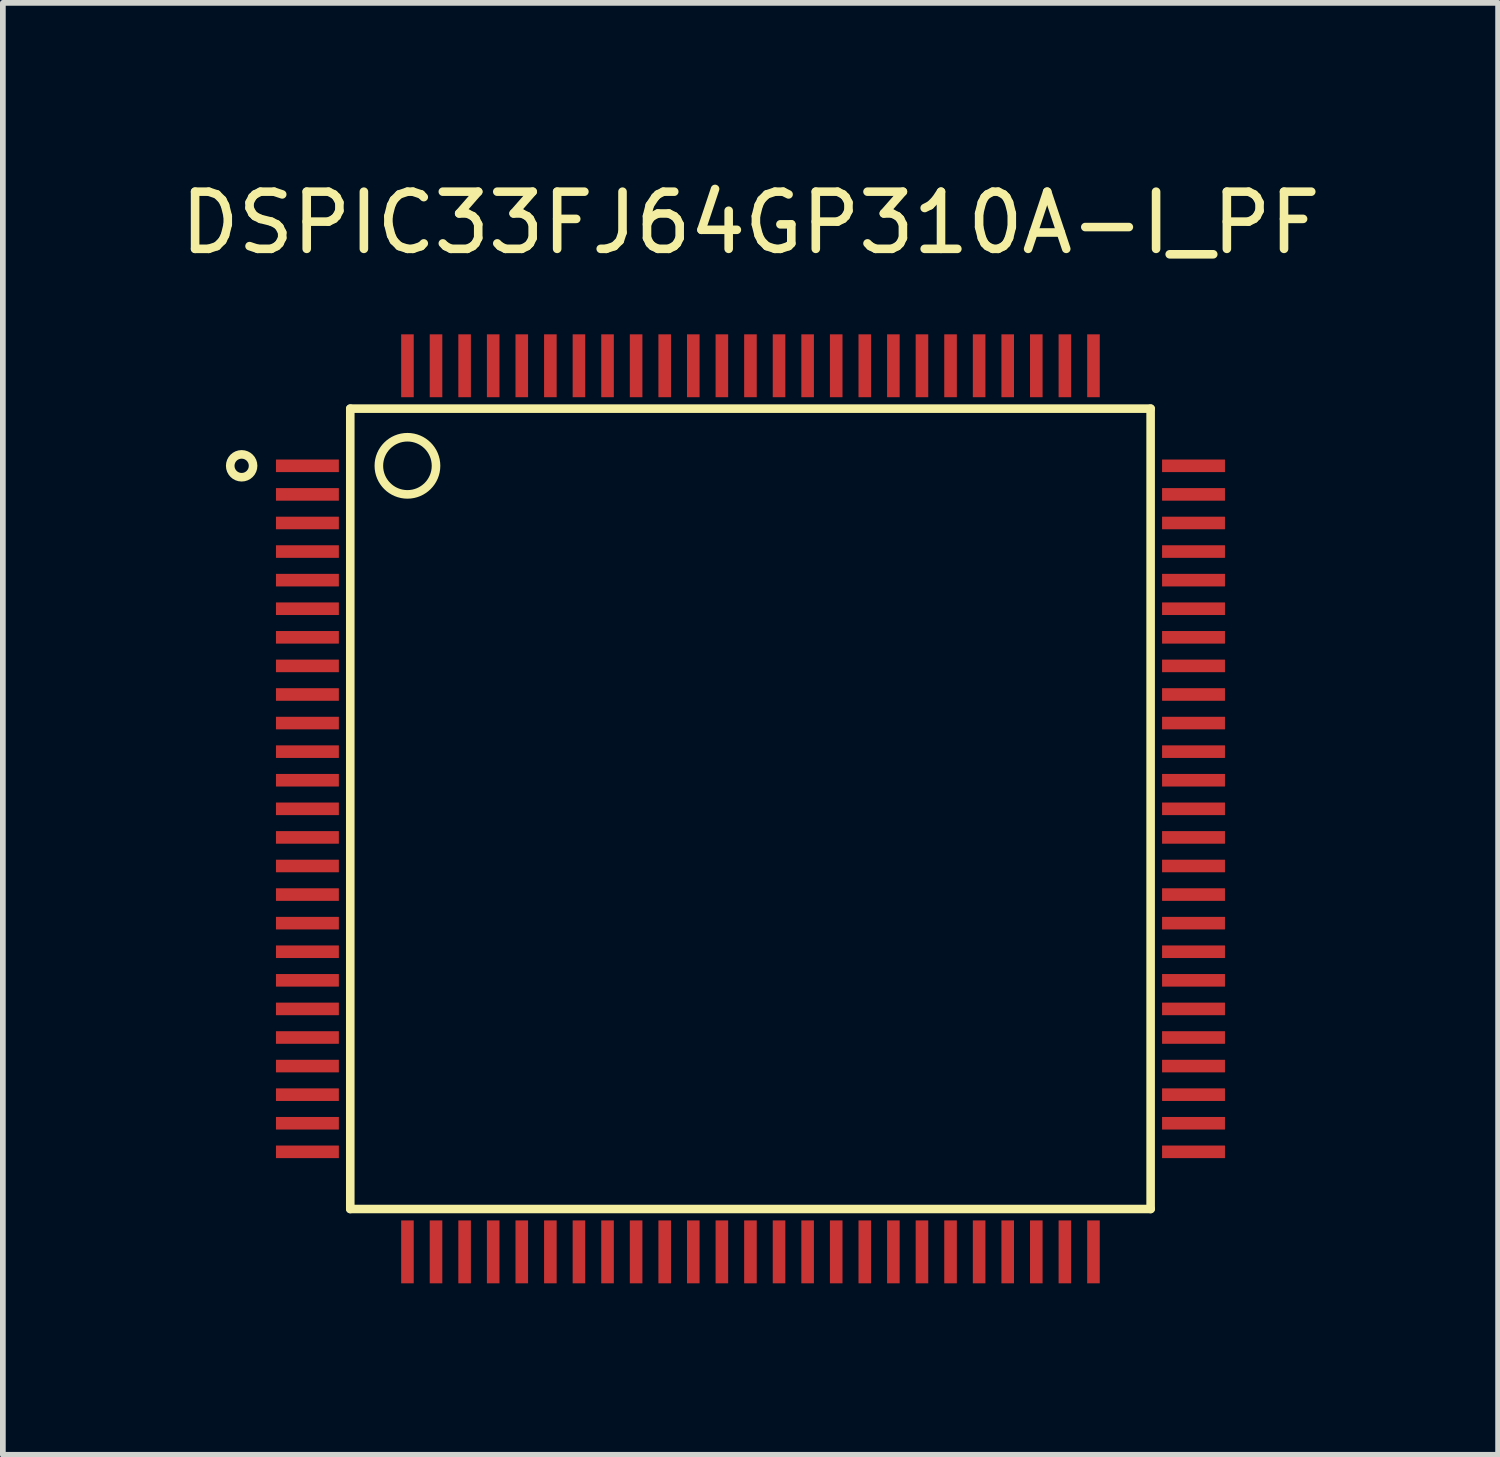
<source format=kicad_pcb>
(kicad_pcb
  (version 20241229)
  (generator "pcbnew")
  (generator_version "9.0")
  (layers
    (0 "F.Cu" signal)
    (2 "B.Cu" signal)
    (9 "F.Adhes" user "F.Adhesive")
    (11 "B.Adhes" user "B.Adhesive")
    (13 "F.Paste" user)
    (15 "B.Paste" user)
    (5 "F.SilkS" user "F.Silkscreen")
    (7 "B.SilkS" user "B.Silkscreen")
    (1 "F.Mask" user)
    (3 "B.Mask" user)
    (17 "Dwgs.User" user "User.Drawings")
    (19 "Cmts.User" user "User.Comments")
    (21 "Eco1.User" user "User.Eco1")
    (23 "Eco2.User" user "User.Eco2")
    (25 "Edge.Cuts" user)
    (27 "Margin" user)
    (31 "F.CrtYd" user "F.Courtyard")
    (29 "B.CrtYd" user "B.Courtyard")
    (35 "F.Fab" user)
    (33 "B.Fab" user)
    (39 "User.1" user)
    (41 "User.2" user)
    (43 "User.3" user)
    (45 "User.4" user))
  (footprint "DSPIC33FJ64GP310A-I_PF"
    (layer "F.Cu")
    (at 2.327 3.348)
    (property "Reference" "DSPIC33FJ64GP310A-I_PF" (at 7.75 -2.5 0) (layer "F.SilkS") (effects (font (size 1 1) (thickness 0.15))))
    (attr through_hole)
    (fp_line (start 0.75 0.75) (end 0.75 14.75) (stroke (width 0.15) (type solid)) (layer "F.SilkS"))
    (fp_line (start 0.75 0.75) (end 14.75 0.75) (stroke (width 0.15) (type solid)) (layer "F.SilkS"))
    (fp_line (start 0.75 14.75) (end 14.75 14.75) (stroke (width 0.15) (type solid)) (layer "F.SilkS"))
    (fp_line (start 14.75 14.75) (end 14.75 0.75) (stroke (width 0.15) (type solid)) (layer "F.SilkS"))
    (fp_circle (center -1.15 1.75) (end -1.15 1.55) (stroke (width 0.15) (type solid)) (fill no) (layer "F.SilkS"))
    (fp_circle (center 1.75 1.75) (end 1.75 1.25) (stroke (width 0.15) (type solid)) (fill no) (layer "F.SilkS"))
    (pad "1" smd rect (at 0 1.75) (size 1.1 0.22) (layers "F.Cu" "F.Mask" "F.Paste"))
    (pad "2" smd rect (at 0 2.25) (size 1.1 0.22) (layers "F.Cu" "F.Mask" "F.Paste"))
    (pad "3" smd rect (at 0 2.75) (size 1.1 0.22) (layers "F.Cu" "F.Mask" "F.Paste"))
    (pad "4" smd rect (at 0 3.25) (size 1.1 0.22) (layers "F.Cu" "F.Mask" "F.Paste"))
    (pad "5" smd rect (at 0 3.75) (size 1.1 0.22) (layers "F.Cu" "F.Mask" "F.Paste"))
    (pad "6" smd rect (at 0 4.25) (size 1.1 0.22) (layers "F.Cu" "F.Mask" "F.Paste"))
    (pad "7" smd rect (at 0 4.75) (size 1.1 0.22) (layers "F.Cu" "F.Mask" "F.Paste"))
    (pad "8" smd rect (at 0 5.25) (size 1.1 0.22) (layers "F.Cu" "F.Mask" "F.Paste"))
    (pad "9" smd rect (at 0 5.75) (size 1.1 0.22) (layers "F.Cu" "F.Mask" "F.Paste"))
    (pad "10" smd rect (at 0 6.25) (size 1.1 0.22) (layers "F.Cu" "F.Mask" "F.Paste"))
    (pad "11" smd rect (at 0 6.75) (size 1.1 0.22) (layers "F.Cu" "F.Mask" "F.Paste"))
    (pad "12" smd rect (at 0 7.25) (size 1.1 0.22) (layers "F.Cu" "F.Mask" "F.Paste"))
    (pad "13" smd rect (at 0 7.75) (size 1.1 0.22) (layers "F.Cu" "F.Mask" "F.Paste"))
    (pad "14" smd rect (at 0 8.25) (size 1.1 0.22) (layers "F.Cu" "F.Mask" "F.Paste"))
    (pad "15" smd rect (at 0 8.75) (size 1.1 0.22) (layers "F.Cu" "F.Mask" "F.Paste"))
    (pad "16" smd rect (at 0 9.25) (size 1.1 0.22) (layers "F.Cu" "F.Mask" "F.Paste"))
    (pad "17" smd rect (at 0 9.75) (size 1.1 0.22) (layers "F.Cu" "F.Mask" "F.Paste"))
    (pad "18" smd rect (at 0 10.25) (size 1.1 0.22) (layers "F.Cu" "F.Mask" "F.Paste"))
    (pad "19" smd rect (at 0 10.75) (size 1.1 0.22) (layers "F.Cu" "F.Mask" "F.Paste"))
    (pad "20" smd rect (at 0 11.25) (size 1.1 0.22) (layers "F.Cu" "F.Mask" "F.Paste"))
    (pad "21" smd rect (at 0 11.75) (size 1.1 0.22) (layers "F.Cu" "F.Mask" "F.Paste"))
    (pad "22" smd rect (at 0 12.25) (size 1.1 0.22) (layers "F.Cu" "F.Mask" "F.Paste"))
    (pad "23" smd rect (at 0 12.75) (size 1.1 0.22) (layers "F.Cu" "F.Mask" "F.Paste"))
    (pad "24" smd rect (at 0 13.25) (size 1.1 0.22) (layers "F.Cu" "F.Mask" "F.Paste"))
    (pad "25" smd rect (at 0 13.75) (size 1.1 0.22) (layers "F.Cu" "F.Mask" "F.Paste"))
    (pad "26" smd rect (at 1.75 15.5) (size 0.22 1.1) (layers "F.Cu" "F.Mask" "F.Paste"))
    (pad "27" smd rect (at 2.25 15.5) (size 0.22 1.1) (layers "F.Cu" "F.Mask" "F.Paste"))
    (pad "28" smd rect (at 2.75 15.5) (size 0.22 1.1) (layers "F.Cu" "F.Mask" "F.Paste"))
    (pad "29" smd rect (at 3.25 15.5) (size 0.22 1.1) (layers "F.Cu" "F.Mask" "F.Paste"))
    (pad "30" smd rect (at 3.75 15.5) (size 0.22 1.1) (layers "F.Cu" "F.Mask" "F.Paste"))
    (pad "31" smd rect (at 4.25 15.5) (size 0.22 1.1) (layers "F.Cu" "F.Mask" "F.Paste"))
    (pad "32" smd rect (at 4.75 15.5) (size 0.22 1.1) (layers "F.Cu" "F.Mask" "F.Paste"))
    (pad "33" smd rect (at 5.25 15.5) (size 0.22 1.1) (layers "F.Cu" "F.Mask" "F.Paste"))
    (pad "34" smd rect (at 5.75 15.5) (size 0.22 1.1) (layers "F.Cu" "F.Mask" "F.Paste"))
    (pad "35" smd rect (at 6.25 15.5) (size 0.22 1.1) (layers "F.Cu" "F.Mask" "F.Paste"))
    (pad "36" smd rect (at 6.75 15.5) (size 0.22 1.1) (layers "F.Cu" "F.Mask" "F.Paste"))
    (pad "37" smd rect (at 7.25 15.5) (size 0.22 1.1) (layers "F.Cu" "F.Mask" "F.Paste"))
    (pad "38" smd rect (at 7.75 15.5) (size 0.22 1.1) (layers "F.Cu" "F.Mask" "F.Paste"))
    (pad "39" smd rect (at 8.25 15.5) (size 0.22 1.1) (layers "F.Cu" "F.Mask" "F.Paste"))
    (pad "40" smd rect (at 8.75 15.5) (size 0.22 1.1) (layers "F.Cu" "F.Mask" "F.Paste"))
    (pad "41" smd rect (at 9.25 15.5) (size 0.22 1.1) (layers "F.Cu" "F.Mask" "F.Paste"))
    (pad "42" smd rect (at 9.75 15.5) (size 0.22 1.1) (layers "F.Cu" "F.Mask" "F.Paste"))
    (pad "43" smd rect (at 10.25 15.5) (size 0.22 1.1) (layers "F.Cu" "F.Mask" "F.Paste"))
    (pad "44" smd rect (at 10.75 15.5) (size 0.22 1.1) (layers "F.Cu" "F.Mask" "F.Paste"))
    (pad "45" smd rect (at 11.25 15.5) (size 0.22 1.1) (layers "F.Cu" "F.Mask" "F.Paste"))
    (pad "46" smd rect (at 11.75 15.5) (size 0.22 1.1) (layers "F.Cu" "F.Mask" "F.Paste"))
    (pad "47" smd rect (at 12.25 15.5) (size 0.22 1.1) (layers "F.Cu" "F.Mask" "F.Paste"))
    (pad "48" smd rect (at 12.75 15.5) (size 0.22 1.1) (layers "F.Cu" "F.Mask" "F.Paste"))
    (pad "49" smd rect (at 13.25 15.5) (size 0.22 1.1) (layers "F.Cu" "F.Mask" "F.Paste"))
    (pad "50" smd rect (at 13.75 15.5) (size 0.22 1.1) (layers "F.Cu" "F.Mask" "F.Paste"))
    (pad "51" smd rect (at 15.5 13.75) (size 1.1 0.22) (layers "F.Cu" "F.Mask" "F.Paste"))
    (pad "52" smd rect (at 15.5 13.25) (size 1.1 0.22) (layers "F.Cu" "F.Mask" "F.Paste"))
    (pad "53" smd rect (at 15.5 12.75) (size 1.1 0.22) (layers "F.Cu" "F.Mask" "F.Paste"))
    (pad "54" smd rect (at 15.5 12.25) (size 1.1 0.22) (layers "F.Cu" "F.Mask" "F.Paste"))
    (pad "55" smd rect (at 15.5 11.75) (size 1.1 0.22) (layers "F.Cu" "F.Mask" "F.Paste"))
    (pad "56" smd rect (at 15.5 11.25) (size 1.1 0.22) (layers "F.Cu" "F.Mask" "F.Paste"))
    (pad "57" smd rect (at 15.5 10.75) (size 1.1 0.22) (layers "F.Cu" "F.Mask" "F.Paste"))
    (pad "58" smd rect (at 15.5 10.25) (size 1.1 0.22) (layers "F.Cu" "F.Mask" "F.Paste"))
    (pad "59" smd rect (at 15.5 9.75) (size 1.1 0.22) (layers "F.Cu" "F.Mask" "F.Paste"))
    (pad "60" smd rect (at 15.5 9.25) (size 1.1 0.22) (layers "F.Cu" "F.Mask" "F.Paste"))
    (pad "61" smd rect (at 15.5 8.75) (size 1.1 0.22) (layers "F.Cu" "F.Mask" "F.Paste"))
    (pad "62" smd rect (at 15.5 8.25) (size 1.1 0.22) (layers "F.Cu" "F.Mask" "F.Paste"))
    (pad "63" smd rect (at 15.5 7.75) (size 1.1 0.22) (layers "F.Cu" "F.Mask" "F.Paste"))
    (pad "64" smd rect (at 15.5 7.25) (size 1.1 0.22) (layers "F.Cu" "F.Mask" "F.Paste"))
    (pad "65" smd rect (at 15.5 6.75) (size 1.1 0.22) (layers "F.Cu" "F.Mask" "F.Paste"))
    (pad "66" smd rect (at 15.5 6.25) (size 1.1 0.22) (layers "F.Cu" "F.Mask" "F.Paste"))
    (pad "67" smd rect (at 15.5 5.75) (size 1.1 0.22) (layers "F.Cu" "F.Mask" "F.Paste"))
    (pad "68" smd rect (at 15.5 5.25) (size 1.1 0.22) (layers "F.Cu" "F.Mask" "F.Paste"))
    (pad "69" smd rect (at 15.5 4.75) (size 1.1 0.22) (layers "F.Cu" "F.Mask" "F.Paste"))
    (pad "70" smd rect (at 15.5 4.25) (size 1.1 0.22) (layers "F.Cu" "F.Mask" "F.Paste"))
    (pad "71" smd rect (at 15.5 3.75) (size 1.1 0.22) (layers "F.Cu" "F.Mask" "F.Paste"))
    (pad "72" smd rect (at 15.5 3.25) (size 1.1 0.22) (layers "F.Cu" "F.Mask" "F.Paste"))
    (pad "73" smd rect (at 15.5 2.75) (size 1.1 0.22) (layers "F.Cu" "F.Mask" "F.Paste"))
    (pad "74" smd rect (at 15.5 2.25) (size 1.1 0.22) (layers "F.Cu" "F.Mask" "F.Paste"))
    (pad "75" smd rect (at 15.5 1.75) (size 1.1 0.22) (layers "F.Cu" "F.Mask" "F.Paste"))
    (pad "76" smd rect (at 13.75 0) (size 0.22 1.1) (layers "F.Cu" "F.Mask" "F.Paste"))
    (pad "77" smd rect (at 13.25 0) (size 0.22 1.1) (layers "F.Cu" "F.Mask" "F.Paste"))
    (pad "78" smd rect (at 12.75 0) (size 0.22 1.1) (layers "F.Cu" "F.Mask" "F.Paste"))
    (pad "79" smd rect (at 12.25 0) (size 0.22 1.1) (layers "F.Cu" "F.Mask" "F.Paste"))
    (pad "80" smd rect (at 11.75 0) (size 0.22 1.1) (layers "F.Cu" "F.Mask" "F.Paste"))
    (pad "81" smd rect (at 11.25 0) (size 0.22 1.1) (layers "F.Cu" "F.Mask" "F.Paste"))
    (pad "82" smd rect (at 10.75 0) (size 0.22 1.1) (layers "F.Cu" "F.Mask" "F.Paste"))
    (pad "83" smd rect (at 10.25 0) (size 0.22 1.1) (layers "F.Cu" "F.Mask" "F.Paste"))
    (pad "84" smd rect (at 9.75 0) (size 0.22 1.1) (layers "F.Cu" "F.Mask" "F.Paste"))
    (pad "85" smd rect (at 9.25 0) (size 0.22 1.1) (layers "F.Cu" "F.Mask" "F.Paste"))
    (pad "86" smd rect (at 8.75 0) (size 0.22 1.1) (layers "F.Cu" "F.Mask" "F.Paste"))
    (pad "87" smd rect (at 8.25 0) (size 0.22 1.1) (layers "F.Cu" "F.Mask" "F.Paste"))
    (pad "88" smd rect (at 7.75 0) (size 0.22 1.1) (layers "F.Cu" "F.Mask" "F.Paste"))
    (pad "89" smd rect (at 7.25 0) (size 0.22 1.1) (layers "F.Cu" "F.Mask" "F.Paste"))
    (pad "90" smd rect (at 6.75 0) (size 0.22 1.1) (layers "F.Cu" "F.Mask" "F.Paste"))
    (pad "91" smd rect (at 6.25 0) (size 0.22 1.1) (layers "F.Cu" "F.Mask" "F.Paste"))
    (pad "92" smd rect (at 5.75 0) (size 0.22 1.1) (layers "F.Cu" "F.Mask" "F.Paste"))
    (pad "93" smd rect (at 5.25 0) (size 0.22 1.1) (layers "F.Cu" "F.Mask" "F.Paste"))
    (pad "94" smd rect (at 4.75 0) (size 0.22 1.1) (layers "F.Cu" "F.Mask" "F.Paste"))
    (pad "95" smd rect (at 4.25 0) (size 0.22 1.1) (layers "F.Cu" "F.Mask" "F.Paste"))
    (pad "96" smd rect (at 3.75 0) (size 0.22 1.1) (layers "F.Cu" "F.Mask" "F.Paste"))
    (pad "97" smd rect (at 3.25 0) (size 0.22 1.1) (layers "F.Cu" "F.Mask" "F.Paste"))
    (pad "98" smd rect (at 2.75 0) (size 0.22 1.1) (layers "F.Cu" "F.Mask" "F.Paste"))
    (pad "99" smd rect (at 2.25 0) (size 0.22 1.1) (layers "F.Cu" "F.Mask" "F.Paste"))
    (pad "100" smd rect (at 1.75 0) (size 0.22 1.1) (layers "F.Cu" "F.Mask" "F.Paste")))
  (gr_rect
    (start -3 -3)
    (end 23.155 22.398)
    (stroke (width 0.1) (type default))
    (fill no)
    (layer "Edge.Cuts")))
</source>
